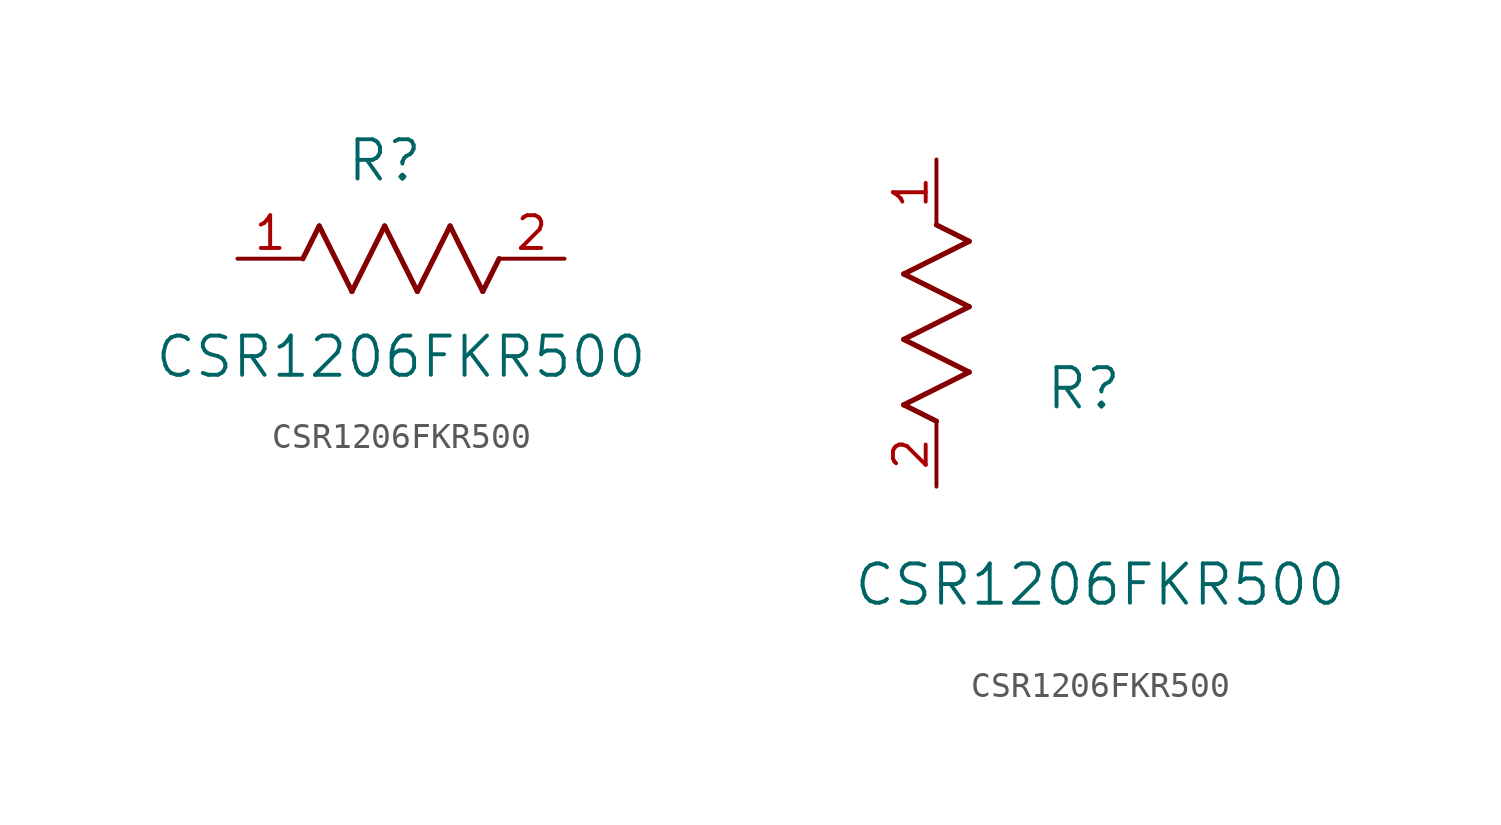
<source format=kicad_sym>
(kicad_symbol_lib
  (version 20211014)
  (generator kicad_symbol_editor)
  (symbol "CSR1206FKR500"
    (pin_names
      (offset 0.254))
    (property "Reference" "R"
      (at 5.715 3.81 0)
      (effects (font (size 1.524 1.524))))
    (property "Value" "CSR1206FKR500"
      (at 6.35 -3.81 0)
      (effects (font (size 1.524 1.524))))
    (symbol "CSR1206FKR500_1_1"
      (polyline (pts (xy 3.175 1.27) (xy 4.445 -1.27)) (stroke (width 0.203) (type default) (color 0 0 0 0)) (fill (type none)))
      (polyline (pts (xy 4.445 -1.27) (xy 5.715 1.27)) (stroke (width 0.203) (type default) (color 0 0 0 0)) (fill (type none)))
      (polyline (pts (xy 5.715 1.27) (xy 6.985 -1.27)) (stroke (width 0.203) (type default) (color 0 0 0 0)) (fill (type none)))
      (polyline (pts (xy 6.985 -1.27) (xy 8.255 1.27)) (stroke (width 0.203) (type default) (color 0 0 0 0)) (fill (type none)))
      (polyline (pts (xy 8.255 1.27) (xy 9.525 -1.27)) (stroke (width 0.203) (type default) (color 0 0 0 0)) (fill (type none)))
      (polyline (pts (xy 2.54 0) (xy 3.175 1.27)) (stroke (width 0.203) (type default) (color 0 0 0 0)) (fill (type none)))
      (polyline (pts (xy 9.525 -1.27) (xy 10.16 0)) (stroke (width 0.203) (type default) (color 0 0 0 0)) (fill (type none)))
      (pin unspecified line (at 0 0 0) (length 2.54) (name "" (effects (font (size 1.27 1.27)))) (number "1" (effects (font (size 1.27 1.27)))))
      (pin unspecified line (at 12.7 0 180) (length 2.54) (name "" (effects (font (size 1.27 1.27)))) (number "2" (effects (font (size 1.27 1.27))))))
    (symbol "CSR1206FKR500_1_2"
      (polyline (pts (xy 0 2.54) (xy -1.27 3.175)) (stroke (width 0.203) (type default) (color 0 0 0 0)) (fill (type none)))
      (polyline (pts (xy -1.27 3.175) (xy 1.27 4.445)) (stroke (width 0.203) (type default) (color 0 0 0 0)) (fill (type none)))
      (polyline (pts (xy 1.27 4.445) (xy -1.27 5.715)) (stroke (width 0.203) (type default) (color 0 0 0 0)) (fill (type none)))
      (polyline (pts (xy -1.27 5.715) (xy 1.27 6.985)) (stroke (width 0.203) (type default) (color 0 0 0 0)) (fill (type none)))
      (polyline (pts (xy -1.27 8.255) (xy 1.27 9.525)) (stroke (width 0.203) (type default) (color 0 0 0 0)) (fill (type none)))
      (polyline (pts (xy 1.27 9.525) (xy 0 10.16)) (stroke (width 0.203) (type default) (color 0 0 0 0)) (fill (type none)))
      (polyline (pts (xy 1.27 6.985) (xy -1.27 8.255)) (stroke (width 0.203) (type default) (color 0 0 0 0)) (fill (type none)))
      (pin unspecified line (at 0 12.7 270) (length 2.54) (name "" (effects (font (size 1.27 1.27)))) (number "1" (effects (font (size 1.27 1.27)))))
      (pin unspecified line (at 0 0 90) (length 2.54) (name "" (effects (font (size 1.27 1.27)))) (number "2" (effects (font (size 1.27 1.27))))))))
</source>
